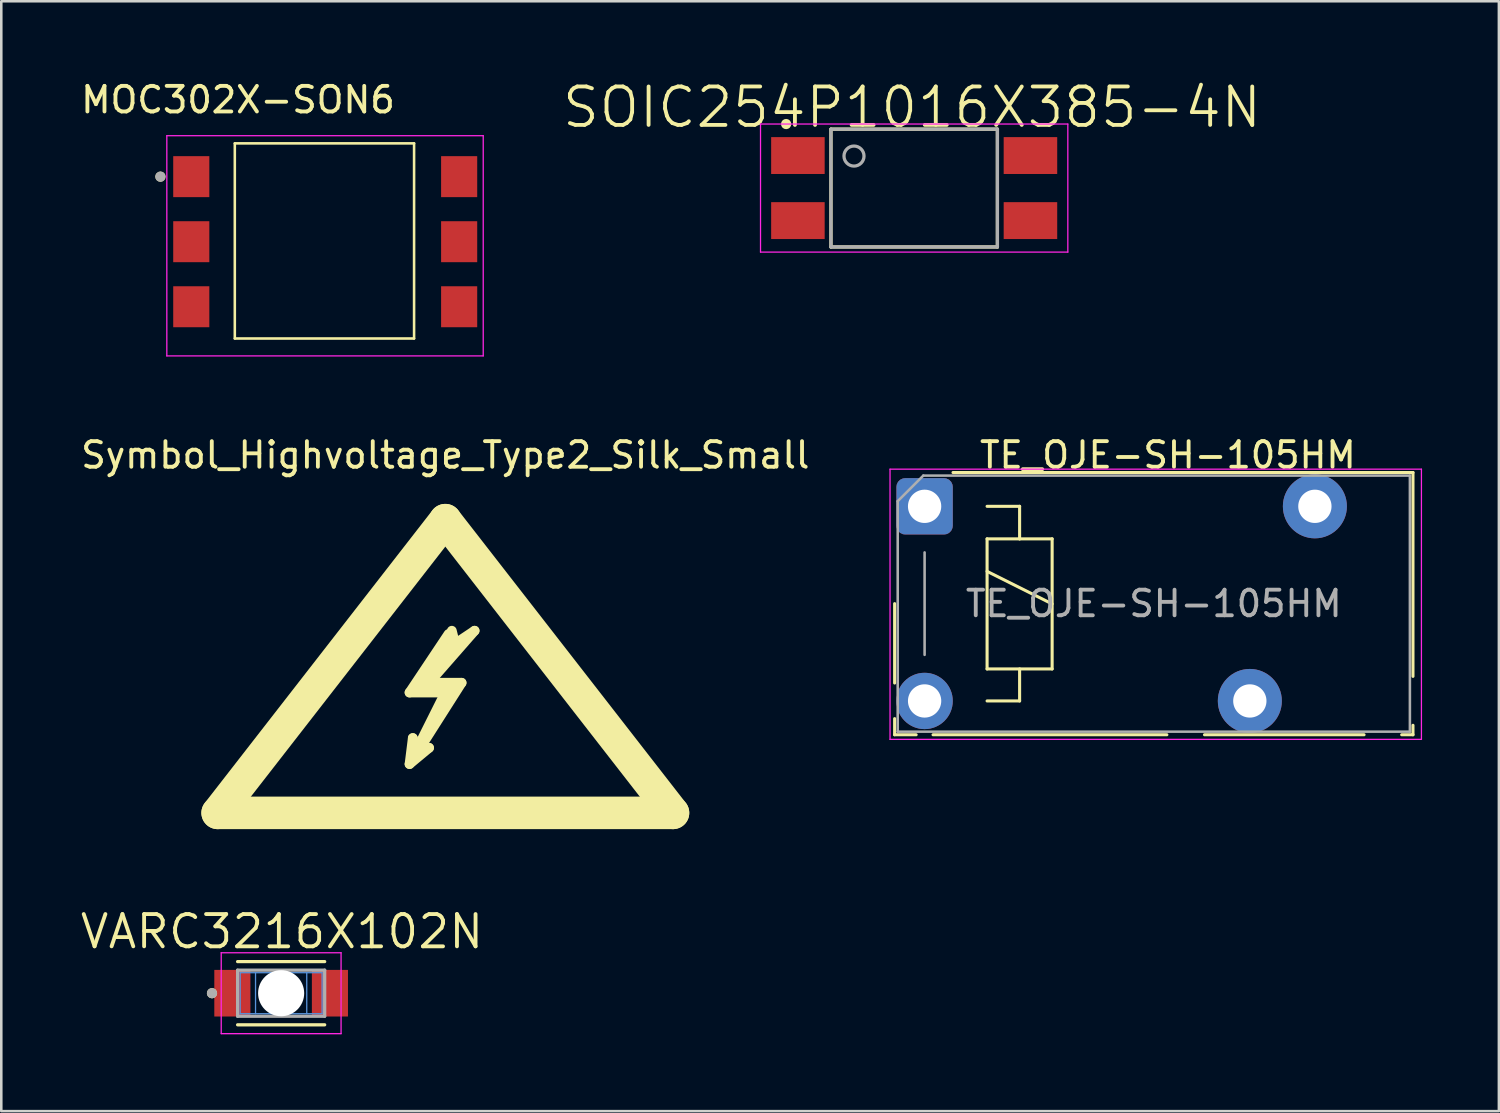
<source format=kicad_pcb>
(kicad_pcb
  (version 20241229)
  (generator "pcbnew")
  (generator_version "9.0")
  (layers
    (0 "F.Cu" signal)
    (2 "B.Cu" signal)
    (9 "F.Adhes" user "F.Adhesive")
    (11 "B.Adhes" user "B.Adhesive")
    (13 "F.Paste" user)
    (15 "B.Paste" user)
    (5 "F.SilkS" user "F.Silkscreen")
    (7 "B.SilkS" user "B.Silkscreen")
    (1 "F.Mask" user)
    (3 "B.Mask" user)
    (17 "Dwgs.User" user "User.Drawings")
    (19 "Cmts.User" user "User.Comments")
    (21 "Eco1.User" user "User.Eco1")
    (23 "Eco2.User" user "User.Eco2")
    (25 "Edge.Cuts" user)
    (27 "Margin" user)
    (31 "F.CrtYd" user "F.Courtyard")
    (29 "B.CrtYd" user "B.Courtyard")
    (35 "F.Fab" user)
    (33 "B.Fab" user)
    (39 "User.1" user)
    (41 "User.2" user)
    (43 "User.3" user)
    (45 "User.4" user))
  (footprint "TE_OJE-SH-105HM"
    (layer "F.Cu")
    (at 33.054 16.721)
    (property "Reference" "TE_OJE-SH-105HM" (at 9.5 -2 0) (layer "F.SilkS") (effects (font (size 1 1) (thickness 0.15))))
    (attr through_hole)
    (fp_line (start -1.17 3.8) (end -1.17 6.9) (stroke (width 0.12) (type solid)) (layer "F.SilkS"))
    (fp_line (start -1.17 8.29) (end -1.17 8.92) (stroke (width 0.12) (type solid)) (layer "F.SilkS"))
    (fp_line (start -0.33 8.92) (end -1.17 8.92) (stroke (width 0.12) (type solid)) (layer "F.SilkS"))
    (fp_line (start 2.44 0) (end 3.71 0) (stroke (width 0.12) (type solid)) (layer "F.SilkS"))
    (fp_line (start 2.44 1.27) (end 3.71 1.27) (stroke (width 0.12) (type solid)) (layer "F.SilkS"))
    (fp_line (start 2.44 2.54) (end 4.98 3.81) (stroke (width 0.12) (type solid)) (layer "F.SilkS"))
    (fp_line (start 2.44 6.35) (end 2.44 1.27) (stroke (width 0.12) (type solid)) (layer "F.SilkS"))
    (fp_line (start 3.71 0) (end 3.71 1.27) (stroke (width 0.12) (type solid)) (layer "F.SilkS"))
    (fp_line (start 3.71 1.27) (end 4.98 1.27) (stroke (width 0.12) (type solid)) (layer "F.SilkS"))
    (fp_line (start 3.71 6.35) (end 3.71 7.6) (stroke (width 0.12) (type solid)) (layer "F.SilkS"))
    (fp_line (start 3.71 7.6) (end 2.44 7.6) (stroke (width 0.12) (type solid)) (layer "F.SilkS"))
    (fp_line (start 4.98 1.27) (end 4.98 6.35) (stroke (width 0.12) (type solid)) (layer "F.SilkS"))
    (fp_line (start 4.98 6.35) (end 2.44 6.35) (stroke (width 0.12) (type solid)) (layer "F.SilkS"))
    (fp_line (start 9.46 8.92) (end 0.33 8.92) (stroke (width 0.12) (type solid)) (layer "F.SilkS"))
    (fp_line (start 17.16 8.92) (end 10.93 8.92) (stroke (width 0.12) (type solid)) (layer "F.SilkS"))
    (fp_line (start 19.07 -1.32) (end 1.11 -1.32) (stroke (width 0.12) (type solid)) (layer "F.SilkS"))
    (fp_line (start 19.07 -1.32) (end 19.07 6.64) (stroke (width 0.12) (type solid)) (layer "F.SilkS"))
    (fp_line (start 19.07 8.92) (end 18.63 8.92) (stroke (width 0.12) (type solid)) (layer "F.SilkS"))
    (fp_line (start 19.07 8.92) (end 19.07 8.55) (stroke (width 0.12) (type solid)) (layer "F.SilkS"))
    (fp_line (start -1.35 -1.45) (end 19.4 -1.45) (stroke (width 0.05) (type solid)) (layer "F.CrtYd"))
    (fp_line (start -1.35 9.1) (end -1.35 -1.45) (stroke (width 0.05) (type solid)) (layer "F.CrtYd"))
    (fp_line (start 19.4 -1.45) (end 19.4 9.1) (stroke (width 0.05) (type solid)) (layer "F.CrtYd"))
    (fp_line (start 19.4 9.1) (end -1.35 9.1) (stroke (width 0.05) (type solid)) (layer "F.CrtYd"))
    (fp_line (start -1.05 8.8) (end -1.05 -0.2) (stroke (width 0.1) (type solid)) (layer "F.Fab"))
    (fp_line (start -0.05 -1.2) (end -1.05 -0.2) (stroke (width 0.1) (type solid)) (layer "F.Fab"))
    (fp_line (start -0.05 -1.2) (end 18.95 -1.2) (stroke (width 0.1) (type solid)) (layer "F.Fab"))
    (fp_line (start 0 1.8) (end 0 5.8) (stroke (width 0.1) (type solid)) (layer "F.Fab"))
    (fp_line (start 18.95 -1.2) (end 18.95 8.8) (stroke (width 0.1) (type solid)) (layer "F.Fab"))
    (fp_line (start 18.95 8.8) (end -1.05 8.8) (stroke (width 0.1) (type solid)) (layer "F.Fab"))
    (fp_text user "${REFERENCE}" (at 8.95 3.8 0) (layer "F.Fab") (effects (font (size 1 1) (thickness 0.15))))
    (pad "1" thru_hole roundrect (at 0 0) (size 2.2 2.2) (drill 1.3) (layers "*.Cu" "*.Mask") (roundrect_rratio 0.155))
    (pad "2" thru_hole circle (at 0 7.6) (size 2.2 2.2) (drill 1.3) (layers "*.Cu" "*.Mask"))
    (pad "3" thru_hole circle (at 12.7 7.6) (size 2.5 2.5) (drill 1.3) (layers "*.Cu" "*.Mask"))
    (pad "4" thru_hole circle (at 15.24 0) (size 2.5 2.5) (drill 1.3) (layers "*.Cu" "*.Mask")))
  (footprint "MOC302X-SON6"
    (layer "F.Cu")
    (at 4.419 3.848)
    (property "Reference" "MOC302X-SON6" (at 1.825 -3 0) (layer "F.SilkS") (effects (font (size 1 1) (thickness 0.15))))
    (attr through_hole)
    (fp_line (start 1.7 -1.3) (end 1.7 6.32) (stroke (width 0.1) (type solid)) (layer "F.SilkS"))
    (fp_line (start 1.7 -1.3) (end 8.7 -1.3) (stroke (width 0.1) (type solid)) (layer "F.SilkS"))
    (fp_line (start 1.7 6.32) (end 8.7 6.32) (stroke (width 0.1) (type solid)) (layer "F.SilkS"))
    (fp_line (start 8.7 -1.3) (end 8.7 6.32) (stroke (width 0.1) (type solid)) (layer "F.SilkS"))
    (fp_circle (center -1.205 0) (end -1.105 0) (stroke (width 0.2) (type solid)) (fill no) (layer "F.SilkS"))
    (fp_line (start -0.955 -1.6) (end -0.955 7) (stroke (width 0.05) (type solid)) (layer "F.CrtYd"))
    (fp_line (start -0.955 -1.6) (end 11.4 -1.6) (stroke (width 0.05) (type solid)) (layer "F.CrtYd"))
    (fp_line (start -0.955 7) (end 11.4 7) (stroke (width 0.05) (type solid)) (layer "F.CrtYd"))
    (fp_line (start 11.4 -1.6) (end 11.4 7) (stroke (width 0.05) (type solid)) (layer "F.CrtYd"))
    (fp_circle (center -1.205 0) (end -1.105 0) (stroke (width 0.2) (type solid)) (fill no) (layer "F.Fab"))
    (pad "1" smd rect (at 0 0) (size 1.41 1.6) (layers "F.Cu" "F.Mask" "F.Paste"))
    (pad "2" smd rect (at 0 2.54) (size 1.41 1.6) (layers "F.Cu" "F.Mask" "F.Paste"))
    (pad "3" smd rect (at 0 5.08) (size 1.41 1.6) (layers "F.Cu" "F.Mask" "F.Paste"))
    (pad "4" smd rect (at 10.46 5.08) (size 1.41 1.6) (layers "F.Cu" "F.Mask" "F.Paste"))
    (pad "5" smd rect (at 10.46 2.54) (size 1.41 1.6) (layers "F.Cu" "F.Mask" "F.Paste"))
    (pad "6" smd rect (at 10.46 0) (size 1.41 1.6) (layers "F.Cu" "F.Mask" "F.Paste")))
  (footprint "VARC3216X102N"
    (layer "F.Cu")
    (at 7.928 35.733)
    (property "Reference" "VARC3216X102N" (at 0.032 -2.406 0) (layer "F.SilkS") (effects (font (size 1.26 1.27) (thickness 0.15))))
    (attr through_hole)
    (fp_line (start -1.7 -1.234) (end 1.7 -1.234) (stroke (width 0.127) (type solid)) (layer "F.SilkS"))
    (fp_line (start -1.7 1.234) (end 1.7 1.234) (stroke (width 0.127) (type solid)) (layer "F.SilkS"))
    (fp_circle (center -2.7 0) (end -2.6 0) (stroke (width 0.2) (type solid)) (fill no) (layer "F.SilkS"))
    (fp_line (start -1.6 -0.8) (end 1.6 -0.8) (stroke (width 0.05) (type solid)) (layer "Cmts.User"))
    (fp_line (start -1.6 0.8) (end -1.6 -0.8) (stroke (width 0.05) (type solid)) (layer "Cmts.User"))
    (fp_line (start -1 0.8) (end -1 -0.8) (stroke (width 0.05) (type solid)) (layer "Cmts.User"))
    (fp_line (start 1 0.8) (end 1 -0.8) (stroke (width 0.05) (type solid)) (layer "Cmts.User"))
    (fp_line (start 1.6 -0.8) (end 1.6 0.8) (stroke (width 0.05) (type solid)) (layer "Cmts.User"))
    (fp_line (start 1.6 0.8) (end -1.6 0.8) (stroke (width 0.05) (type solid)) (layer "Cmts.User"))
    (fp_line (start -2.34 -1.58) (end 2.34 -1.58) (stroke (width 0.05) (type solid)) (layer "F.CrtYd"))
    (fp_line (start -2.34 1.58) (end -2.34 -1.58) (stroke (width 0.05) (type solid)) (layer "F.CrtYd"))
    (fp_line (start 2.34 -1.58) (end 2.34 1.58) (stroke (width 0.05) (type solid)) (layer "F.CrtYd"))
    (fp_line (start 2.34 1.58) (end -2.34 1.58) (stroke (width 0.05) (type solid)) (layer "F.CrtYd"))
    (fp_line (start -1.7 -0.9) (end -1.7 0.9) (stroke (width 0.127) (type solid)) (layer "F.Fab"))
    (fp_line (start -1.7 0.9) (end 1.7 0.9) (stroke (width 0.127) (type solid)) (layer "F.Fab"))
    (fp_line (start 1.7 -0.9) (end -1.7 -0.9) (stroke (width 0.127) (type solid)) (layer "F.Fab"))
    (fp_line (start 1.7 0.9) (end 1.7 -0.9) (stroke (width 0.127) (type solid)) (layer "F.Fab"))
    (fp_circle (center -2.7 0) (end -2.6 0) (stroke (width 0.2) (type solid)) (fill no) (layer "F.Fab"))
    (pad "" np_thru_hole circle (at 0 0) (size 1.8 1.8) (drill 1.8) (layers "*.Cu" "*.Mask"))
    (pad "1" smd rect (at -1.905 0) (size 1.41 1.82) (layers "F.Cu" "F.Mask" "F.Paste"))
    (pad "2" smd rect (at 1.905 0) (size 1.41 1.82) (layers "F.Cu" "F.Mask" "F.Paste")))
  (footprint "Symbol_Highvoltage_Type2_Silk_Small"
    (layer "F.Cu")
    (at 14.339 24.881)
    (property "Reference" "Symbol_Highvoltage_Type2_Silk_Small" (at 0 -10.16 0) (layer "F.SilkS") (effects (font (size 1 1) (thickness 0.15))))
    (attr exclude_from_pos_files exclude_from_bom)
    (fp_line (start -8.89 3.81) (end 0 -7.62) (stroke (width 1.27) (type solid)) (layer "F.SilkS"))
    (fp_line (start -1.397 -0.889) (end 0 -0.889) (stroke (width 0.381) (type solid)) (layer "F.SilkS"))
    (fp_line (start -1.397 1.905) (end -0.635 1.27) (stroke (width 0.381) (type solid)) (layer "F.SilkS"))
    (fp_line (start -1.27 0.889) (end -1.397 1.905) (stroke (width 0.381) (type solid)) (layer "F.SilkS"))
    (fp_line (start -1.143 1.397) (end -1.27 0.889) (stroke (width 0.381) (type solid)) (layer "F.SilkS"))
    (fp_line (start -1.143 1.524) (end 0.635 -1.27) (stroke (width 0.381) (type solid)) (layer "F.SilkS"))
    (fp_line (start -1.016 -1.016) (end 0.254 -1.016) (stroke (width 0.381) (type solid)) (layer "F.SilkS"))
    (fp_line (start -0.635 -1.27) (end 1.143 -3.302) (stroke (width 0.381) (type solid)) (layer "F.SilkS"))
    (fp_line (start -0.635 1.27) (end -1.143 1.524) (stroke (width 0.381) (type solid)) (layer "F.SilkS"))
    (fp_line (start 0 -7.62) (end 8.89 3.81) (stroke (width 1.27) (type solid)) (layer "F.SilkS"))
    (fp_line (start 0 -0.889) (end -1.143 1.397) (stroke (width 0.381) (type solid)) (layer "F.SilkS"))
    (fp_line (start 0.127 -3.175) (end -1.397 -0.889) (stroke (width 0.381) (type solid)) (layer "F.SilkS"))
    (fp_line (start 0.381 -2.921) (end -1.016 -1.016) (stroke (width 0.381) (type solid)) (layer "F.SilkS"))
    (fp_line (start 0.381 -2.794) (end 0.254 -3.302) (stroke (width 0.381) (type solid)) (layer "F.SilkS"))
    (fp_line (start 0.635 -1.27) (end -0.635 -1.27) (stroke (width 0.381) (type solid)) (layer "F.SilkS"))
    (fp_line (start 1.143 -3.302) (end 0.381 -2.794) (stroke (width 0.381) (type solid)) (layer "F.SilkS"))
    (fp_line (start 8.89 3.81) (end -8.89 3.81) (stroke (width 1.27) (type solid)) (layer "F.SilkS")))
  (footprint "SOIC254P1016X385-4N"
    (layer "F.Cu")
    (at 32.647 4.294)
    (property "Reference" "SOIC254P1016X385-4N" (at -0.085 -3.153 0) (layer "F.SilkS") (effects (font (size 1.5 1.5) (thickness 0.15))))
    (attr through_hole)
    (fp_line (start -3.25 -2.3) (end 3.25 -2.3) (stroke (width 0.127) (type solid)) (layer "F.SilkS"))
    (fp_line (start -3.25 2.3) (end -3.25 -2.3) (stroke (width 0.127) (type solid)) (layer "F.SilkS"))
    (fp_line (start 3.25 -2.3) (end 3.25 2.3) (stroke (width 0.127) (type solid)) (layer "F.SilkS"))
    (fp_line (start 3.25 2.3) (end -3.25 2.3) (stroke (width 0.127) (type solid)) (layer "F.SilkS"))
    (fp_circle (center -5 -2.5) (end -4.9 -2.5) (stroke (width 0.2) (type solid)) (fill no) (layer "F.SilkS"))
    (fp_line (start -6 -2.5) (end 6 -2.5) (stroke (width 0.05) (type solid)) (layer "F.CrtYd"))
    (fp_line (start -6 2.5) (end -6 -2.5) (stroke (width 0.05) (type solid)) (layer "F.CrtYd"))
    (fp_line (start 6 -2.5) (end 6 2.5) (stroke (width 0.05) (type solid)) (layer "F.CrtYd"))
    (fp_line (start 6 2.5) (end -6 2.5) (stroke (width 0.05) (type solid)) (layer "F.CrtYd"))
    (fp_line (start -3.25 -2.3) (end 3.25 -2.3) (stroke (width 0.127) (type solid)) (layer "F.Fab"))
    (fp_line (start -3.25 2.3) (end -3.25 -2.3) (stroke (width 0.127) (type solid)) (layer "F.Fab"))
    (fp_line (start 3.25 -2.3) (end 3.25 2.3) (stroke (width 0.127) (type solid)) (layer "F.Fab"))
    (fp_line (start 3.25 2.3) (end -3.25 2.3) (stroke (width 0.127) (type solid)) (layer "F.Fab"))
    (fp_circle (center -2.35 -1.25) (end -1.959 -1.25) (stroke (width 0.127) (type solid)) (fill no) (layer "F.Fab"))
    (pad "1" smd rect (at -4.54 -1.27) (size 2.09 1.44) (layers "F.Cu" "F.Mask" "F.Paste"))
    (pad "2" smd rect (at -4.54 1.27) (size 2.09 1.44) (layers "F.Cu" "F.Mask" "F.Paste"))
    (pad "3" smd rect (at 4.54 1.27) (size 2.09 1.44) (layers "F.Cu" "F.Mask" "F.Paste"))
    (pad "4" smd rect (at 4.54 -1.27) (size 2.09 1.44) (layers "F.Cu" "F.Mask" "F.Paste")))
  (gr_rect
    (start -3 -3)
    (end 55.479 40.338)
    (stroke (width 0.1) (type default))
    (fill no)
    (layer "Edge.Cuts")))
</source>
